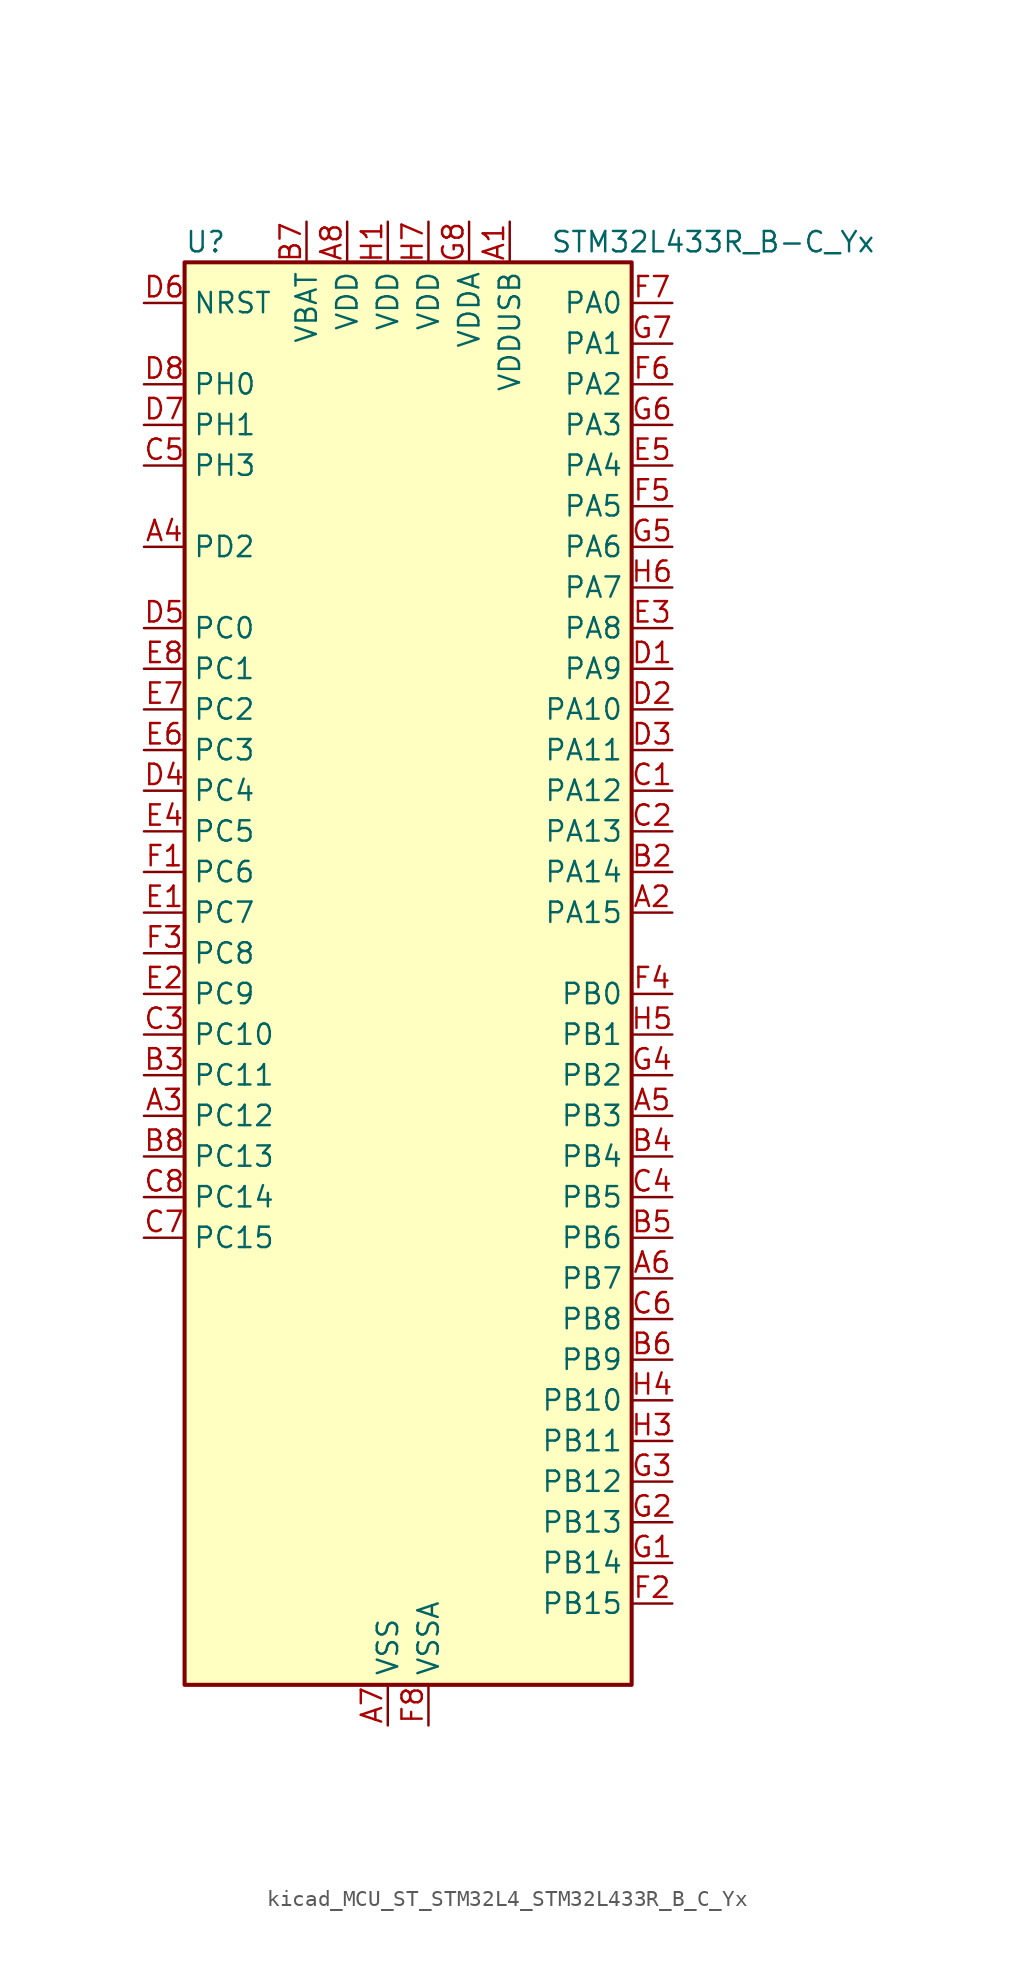
<source format=kicad_sym>
(kicad_symbol_lib
  (version 20220914)
  (generator kicad_symbol_editor)
  (symbol "kicad_MCU_ST_STM32L4_STM32L433R_B_C_Yx"
    (property "Reference" "U"
      (at -12.7 46.99 0)
      (effects (font (size 1.27 1.27)) (justify left)))
    (property "Value" "STM32L433R_B-C_Yx"
      (at 10.16 46.99 0)
      (effects (font (size 1.27 1.27)) (justify left)))
    (property "ki_locked" ""
      (at 0 0 0)
      (effects (font (size 1.27 1.27))))
    (symbol "kicad_MCU_ST_STM32L4_STM32L433R_B_C_Yx_0_1"
      (rectangle (start -12.7 -43.18) (end 15.24 45.72) (stroke (width 0.254) (type default)) (fill (type background))))
    (symbol "kicad_MCU_ST_STM32L4_STM32L433R_B_C_Yx_1_1"
      (pin power_in line (at 7.62 48.26 270) (length 2.54) (name "VDDUSB" (effects (font (size 1.27 1.27)))) (number "A1" (effects (font (size 1.27 1.27)))))
      (pin bidirectional line (at 17.78 5.08 180) (length 2.54) (name "PA15" (effects (font (size 1.27 1.27)))) (number "A2" (effects (font (size 1.27 1.27)))) (alternate "ADC1_EXTI15" bidirectional line) (alternate "LCD_SEG17" bidirectional line) (alternate "SPI1_NSS" bidirectional line) (alternate "SPI3_NSS" bidirectional line) (alternate "SWPMI1_SUSPEND" bidirectional line) (alternate "SYS_JTDI" bidirectional line) (alternate "TIM2_CH1" bidirectional line) (alternate "TIM2_ETR" bidirectional line) (alternate "TSC_G3_IO1" bidirectional line) (alternate "USART2_RX" bidirectional line) (alternate "USART3_DE" bidirectional line) (alternate "USART3_RTS" bidirectional line))
      (pin bidirectional line (at -15.24 -7.62 0) (length 2.54) (name "PC12" (effects (font (size 1.27 1.27)))) (number "A3" (effects (font (size 1.27 1.27)))) (alternate "LCD_COM6" bidirectional line) (alternate "LCD_SEG30" bidirectional line) (alternate "LCD_SEG42" bidirectional line) (alternate "SDMMC1_CK" bidirectional line) (alternate "SPI3_MOSI" bidirectional line) (alternate "TSC_G3_IO4" bidirectional line) (alternate "USART3_CK" bidirectional line))
      (pin bidirectional line (at -15.24 27.94 0) (length 2.54) (name "PD2" (effects (font (size 1.27 1.27)))) (number "A4" (effects (font (size 1.27 1.27)))) (alternate "LCD_COM7" bidirectional line) (alternate "LCD_SEG31" bidirectional line) (alternate "LCD_SEG43" bidirectional line) (alternate "SDMMC1_CMD" bidirectional line) (alternate "TSC_SYNC" bidirectional line) (alternate "USART3_DE" bidirectional line) (alternate "USART3_RTS" bidirectional line))
      (pin bidirectional line (at 17.78 -7.62 180) (length 2.54) (name "PB3" (effects (font (size 1.27 1.27)))) (number "A5" (effects (font (size 1.27 1.27)))) (alternate "COMP2_INM" bidirectional line) (alternate "LCD_SEG7" bidirectional line) (alternate "SAI1_SCK_B" bidirectional line) (alternate "SPI1_SCK" bidirectional line) (alternate "SPI3_SCK" bidirectional line) (alternate "SYS_JTDO-SWO" bidirectional line) (alternate "TIM2_CH2" bidirectional line) (alternate "USART1_DE" bidirectional line) (alternate "USART1_RTS" bidirectional line))
      (pin bidirectional line (at 17.78 -17.78 180) (length 2.54) (name "PB7" (effects (font (size 1.27 1.27)))) (number "A6" (effects (font (size 1.27 1.27)))) (alternate "COMP2_INM" bidirectional line) (alternate "I2C1_SDA" bidirectional line) (alternate "LCD_SEG21" bidirectional line) (alternate "LPTIM1_IN2" bidirectional line) (alternate "SYS_PVD_IN" bidirectional line) (alternate "TSC_G2_IO4" bidirectional line) (alternate "USART1_RX" bidirectional line))
      (pin power_in line (at 0 -45.72 90) (length 2.54) (name "VSS" (effects (font (size 1.27 1.27)))) (number "A7" (effects (font (size 1.27 1.27)))))
      (pin power_in line (at -2.54 48.26 270) (length 2.54) (name "VDD" (effects (font (size 1.27 1.27)))) (number "A8" (effects (font (size 1.27 1.27)))))
      (pin passive line (at 0 -45.72 90) (length 2.54) hide (name "VSS" (effects (font (size 1.27 1.27)))) (number "B1" (effects (font (size 1.27 1.27)))))
      (pin bidirectional line (at 17.78 7.62 180) (length 2.54) (name "PA14" (effects (font (size 1.27 1.27)))) (number "B2" (effects (font (size 1.27 1.27)))) (alternate "I2C1_SMBA" bidirectional line) (alternate "LPTIM1_OUT" bidirectional line) (alternate "SAI1_FS_B" bidirectional line) (alternate "SWPMI1_RX" bidirectional line) (alternate "SYS_JTCK-SWCLK" bidirectional line))
      (pin bidirectional line (at -15.24 -5.08 0) (length 2.54) (name "PC11" (effects (font (size 1.27 1.27)))) (number "B3" (effects (font (size 1.27 1.27)))) (alternate "ADC1_EXTI11" bidirectional line) (alternate "LCD_COM5" bidirectional line) (alternate "LCD_SEG29" bidirectional line) (alternate "LCD_SEG41" bidirectional line) (alternate "SDMMC1_D3" bidirectional line) (alternate "SPI3_MISO" bidirectional line) (alternate "TSC_G3_IO3" bidirectional line) (alternate "USART3_RX" bidirectional line))
      (pin bidirectional line (at 17.78 -10.16 180) (length 2.54) (name "PB4" (effects (font (size 1.27 1.27)))) (number "B4" (effects (font (size 1.27 1.27)))) (alternate "COMP2_INP" bidirectional line) (alternate "I2C3_SDA" bidirectional line) (alternate "LCD_SEG8" bidirectional line) (alternate "SAI1_MCLK_B" bidirectional line) (alternate "SPI1_MISO" bidirectional line) (alternate "SPI3_MISO" bidirectional line) (alternate "SYS_JTRST" bidirectional line) (alternate "TSC_G2_IO1" bidirectional line) (alternate "USART1_CTS" bidirectional line))
      (pin bidirectional line (at 17.78 -15.24 180) (length 2.54) (name "PB6" (effects (font (size 1.27 1.27)))) (number "B5" (effects (font (size 1.27 1.27)))) (alternate "COMP2_INP" bidirectional line) (alternate "I2C1_SCL" bidirectional line) (alternate "LPTIM1_ETR" bidirectional line) (alternate "SAI1_FS_B" bidirectional line) (alternate "TIM16_CH1N" bidirectional line) (alternate "TSC_G2_IO3" bidirectional line) (alternate "USART1_TX" bidirectional line))
      (pin bidirectional line (at 17.78 -22.86 180) (length 2.54) (name "PB9" (effects (font (size 1.27 1.27)))) (number "B6" (effects (font (size 1.27 1.27)))) (alternate "CAN1_TX" bidirectional line) (alternate "DAC1_EXTI9" bidirectional line) (alternate "I2C1_SDA" bidirectional line) (alternate "IR_OUT" bidirectional line) (alternate "LCD_COM3" bidirectional line) (alternate "SAI1_FS_A" bidirectional line) (alternate "SDMMC1_D5" bidirectional line) (alternate "SPI2_NSS" bidirectional line))
      (pin power_in line (at -5.08 48.26 270) (length 2.54) (name "VBAT" (effects (font (size 1.27 1.27)))) (number "B7" (effects (font (size 1.27 1.27)))))
      (pin bidirectional line (at -15.24 -10.16 0) (length 2.54) (name "PC13" (effects (font (size 1.27 1.27)))) (number "B8" (effects (font (size 1.27 1.27)))) (alternate "RTC_OUT_ALARM" bidirectional line) (alternate "RTC_OUT_CALIB" bidirectional line) (alternate "RTC_TAMP1" bidirectional line) (alternate "RTC_TS" bidirectional line) (alternate "SYS_WKUP2" bidirectional line))
      (pin bidirectional line (at 17.78 12.7 180) (length 2.54) (name "PA12" (effects (font (size 1.27 1.27)))) (number "C1" (effects (font (size 1.27 1.27)))) (alternate "CAN1_TX" bidirectional line) (alternate "SPI1_MOSI" bidirectional line) (alternate "TIM1_ETR" bidirectional line) (alternate "USART1_DE" bidirectional line) (alternate "USART1_RTS" bidirectional line) (alternate "USB_DP" bidirectional line))
      (pin bidirectional line (at 17.78 10.16 180) (length 2.54) (name "PA13" (effects (font (size 1.27 1.27)))) (number "C2" (effects (font (size 1.27 1.27)))) (alternate "IR_OUT" bidirectional line) (alternate "SAI1_SD_B" bidirectional line) (alternate "SWPMI1_TX" bidirectional line) (alternate "SYS_JTMS-SWDIO" bidirectional line) (alternate "USB_NOE" bidirectional line))
      (pin bidirectional line (at -15.24 -2.54 0) (length 2.54) (name "PC10" (effects (font (size 1.27 1.27)))) (number "C3" (effects (font (size 1.27 1.27)))) (alternate "LCD_COM4" bidirectional line) (alternate "LCD_SEG28" bidirectional line) (alternate "LCD_SEG40" bidirectional line) (alternate "SDMMC1_D2" bidirectional line) (alternate "SPI3_SCK" bidirectional line) (alternate "TSC_G3_IO2" bidirectional line) (alternate "USART3_TX" bidirectional line))
      (pin bidirectional line (at 17.78 -12.7 180) (length 2.54) (name "PB5" (effects (font (size 1.27 1.27)))) (number "C4" (effects (font (size 1.27 1.27)))) (alternate "COMP2_OUT" bidirectional line) (alternate "I2C1_SMBA" bidirectional line) (alternate "LCD_SEG9" bidirectional line) (alternate "LPTIM1_IN1" bidirectional line) (alternate "SAI1_SD_B" bidirectional line) (alternate "SPI1_MOSI" bidirectional line) (alternate "SPI3_MOSI" bidirectional line) (alternate "TIM16_BKIN" bidirectional line) (alternate "TSC_G2_IO2" bidirectional line) (alternate "USART1_CK" bidirectional line))
      (pin bidirectional line (at -15.24 33.02 0) (length 2.54) (name "PH3" (effects (font (size 1.27 1.27)))) (number "C5" (effects (font (size 1.27 1.27)))))
      (pin bidirectional line (at 17.78 -20.32 180) (length 2.54) (name "PB8" (effects (font (size 1.27 1.27)))) (number "C6" (effects (font (size 1.27 1.27)))) (alternate "CAN1_RX" bidirectional line) (alternate "I2C1_SCL" bidirectional line) (alternate "LCD_SEG16" bidirectional line) (alternate "SAI1_MCLK_A" bidirectional line) (alternate "SDMMC1_D4" bidirectional line) (alternate "TIM16_CH1" bidirectional line))
      (pin bidirectional line (at -15.24 -15.24 0) (length 2.54) (name "PC15" (effects (font (size 1.27 1.27)))) (number "C7" (effects (font (size 1.27 1.27)))) (alternate "ADC1_EXTI15" bidirectional line) (alternate "RCC_OSC32_OUT" bidirectional line))
      (pin bidirectional line (at -15.24 -12.7 0) (length 2.54) (name "PC14" (effects (font (size 1.27 1.27)))) (number "C8" (effects (font (size 1.27 1.27)))) (alternate "RCC_OSC32_IN" bidirectional line))
      (pin bidirectional line (at 17.78 20.32 180) (length 2.54) (name "PA9" (effects (font (size 1.27 1.27)))) (number "D1" (effects (font (size 1.27 1.27)))) (alternate "DAC1_EXTI9" bidirectional line) (alternate "I2C1_SCL" bidirectional line) (alternate "LCD_COM1" bidirectional line) (alternate "SAI1_FS_A" bidirectional line) (alternate "TIM15_BKIN" bidirectional line) (alternate "TIM1_CH2" bidirectional line) (alternate "USART1_TX" bidirectional line))
      (pin bidirectional line (at 17.78 17.78 180) (length 2.54) (name "PA10" (effects (font (size 1.27 1.27)))) (number "D2" (effects (font (size 1.27 1.27)))) (alternate "CRS_SYNC" bidirectional line) (alternate "I2C1_SDA" bidirectional line) (alternate "LCD_COM2" bidirectional line) (alternate "SAI1_SD_A" bidirectional line) (alternate "TIM1_CH3" bidirectional line) (alternate "USART1_RX" bidirectional line))
      (pin bidirectional line (at 17.78 15.24 180) (length 2.54) (name "PA11" (effects (font (size 1.27 1.27)))) (number "D3" (effects (font (size 1.27 1.27)))) (alternate "ADC1_EXTI11" bidirectional line) (alternate "CAN1_RX" bidirectional line) (alternate "COMP1_OUT" bidirectional line) (alternate "SPI1_MISO" bidirectional line) (alternate "TIM1_BKIN2" bidirectional line) (alternate "TIM1_BKIN2_COMP1" bidirectional line) (alternate "TIM1_CH4" bidirectional line) (alternate "USART1_CTS" bidirectional line) (alternate "USB_DM" bidirectional line))
      (pin bidirectional line (at -15.24 12.7 0) (length 2.54) (name "PC4" (effects (font (size 1.27 1.27)))) (number "D4" (effects (font (size 1.27 1.27)))) (alternate "ADC1_IN13" bidirectional line) (alternate "COMP1_INM" bidirectional line) (alternate "LCD_SEG22" bidirectional line) (alternate "USART3_TX" bidirectional line))
      (pin bidirectional line (at -15.24 22.86 0) (length 2.54) (name "PC0" (effects (font (size 1.27 1.27)))) (number "D5" (effects (font (size 1.27 1.27)))) (alternate "ADC1_IN1" bidirectional line) (alternate "I2C3_SCL" bidirectional line) (alternate "LCD_SEG18" bidirectional line) (alternate "LPTIM1_IN1" bidirectional line) (alternate "LPTIM2_IN1" bidirectional line) (alternate "LPUART1_RX" bidirectional line))
      (pin input line (at -15.24 43.18 0) (length 2.54) (name "NRST" (effects (font (size 1.27 1.27)))) (number "D6" (effects (font (size 1.27 1.27)))))
      (pin bidirectional line (at -15.24 35.56 0) (length 2.54) (name "PH1" (effects (font (size 1.27 1.27)))) (number "D7" (effects (font (size 1.27 1.27)))) (alternate "RCC_OSC_OUT" bidirectional line))
      (pin bidirectional line (at -15.24 38.1 0) (length 2.54) (name "PH0" (effects (font (size 1.27 1.27)))) (number "D8" (effects (font (size 1.27 1.27)))) (alternate "RCC_OSC_IN" bidirectional line))
      (pin bidirectional line (at -15.24 5.08 0) (length 2.54) (name "PC7" (effects (font (size 1.27 1.27)))) (number "E1" (effects (font (size 1.27 1.27)))) (alternate "LCD_SEG25" bidirectional line) (alternate "SDMMC1_D7" bidirectional line) (alternate "TSC_G4_IO2" bidirectional line))
      (pin bidirectional line (at -15.24 0 0) (length 2.54) (name "PC9" (effects (font (size 1.27 1.27)))) (number "E2" (effects (font (size 1.27 1.27)))) (alternate "DAC1_EXTI9" bidirectional line) (alternate "LCD_SEG27" bidirectional line) (alternate "SDMMC1_D1" bidirectional line) (alternate "TSC_G4_IO4" bidirectional line) (alternate "USB_NOE" bidirectional line))
      (pin bidirectional line (at 17.78 22.86 180) (length 2.54) (name "PA8" (effects (font (size 1.27 1.27)))) (number "E3" (effects (font (size 1.27 1.27)))) (alternate "LCD_COM0" bidirectional line) (alternate "LPTIM2_OUT" bidirectional line) (alternate "RCC_MCO" bidirectional line) (alternate "SAI1_SCK_A" bidirectional line) (alternate "SWPMI1_IO" bidirectional line) (alternate "TIM1_CH1" bidirectional line) (alternate "USART1_CK" bidirectional line))
      (pin bidirectional line (at -15.24 10.16 0) (length 2.54) (name "PC5" (effects (font (size 1.27 1.27)))) (number "E4" (effects (font (size 1.27 1.27)))) (alternate "ADC1_IN14" bidirectional line) (alternate "COMP1_INP" bidirectional line) (alternate "LCD_SEG23" bidirectional line) (alternate "SYS_WKUP5" bidirectional line) (alternate "USART3_RX" bidirectional line))
      (pin bidirectional line (at 17.78 33.02 180) (length 2.54) (name "PA4" (effects (font (size 1.27 1.27)))) (number "E5" (effects (font (size 1.27 1.27)))) (alternate "ADC1_IN9" bidirectional line) (alternate "COMP1_INM" bidirectional line) (alternate "COMP2_INM" bidirectional line) (alternate "DAC1_OUT1" bidirectional line) (alternate "LPTIM2_OUT" bidirectional line) (alternate "SAI1_FS_B" bidirectional line) (alternate "SPI1_NSS" bidirectional line) (alternate "SPI3_NSS" bidirectional line) (alternate "USART2_CK" bidirectional line))
      (pin bidirectional line (at -15.24 15.24 0) (length 2.54) (name "PC3" (effects (font (size 1.27 1.27)))) (number "E6" (effects (font (size 1.27 1.27)))) (alternate "ADC1_IN4" bidirectional line) (alternate "LCD_VLCD" bidirectional line) (alternate "LPTIM1_ETR" bidirectional line) (alternate "LPTIM2_ETR" bidirectional line) (alternate "SAI1_SD_A" bidirectional line) (alternate "SPI2_MOSI" bidirectional line))
      (pin bidirectional line (at -15.24 17.78 0) (length 2.54) (name "PC2" (effects (font (size 1.27 1.27)))) (number "E7" (effects (font (size 1.27 1.27)))) (alternate "ADC1_IN3" bidirectional line) (alternate "LCD_SEG20" bidirectional line) (alternate "LPTIM1_IN2" bidirectional line) (alternate "SPI2_MISO" bidirectional line))
      (pin bidirectional line (at -15.24 20.32 0) (length 2.54) (name "PC1" (effects (font (size 1.27 1.27)))) (number "E8" (effects (font (size 1.27 1.27)))) (alternate "ADC1_IN2" bidirectional line) (alternate "I2C3_SDA" bidirectional line) (alternate "LCD_SEG19" bidirectional line) (alternate "LPTIM1_OUT" bidirectional line) (alternate "LPUART1_TX" bidirectional line))
      (pin bidirectional line (at -15.24 7.62 0) (length 2.54) (name "PC6" (effects (font (size 1.27 1.27)))) (number "F1" (effects (font (size 1.27 1.27)))) (alternate "LCD_SEG24" bidirectional line) (alternate "SDMMC1_D6" bidirectional line) (alternate "TSC_G4_IO1" bidirectional line))
      (pin bidirectional line (at 17.78 -38.1 180) (length 2.54) (name "PB15" (effects (font (size 1.27 1.27)))) (number "F2" (effects (font (size 1.27 1.27)))) (alternate "ADC1_EXTI15" bidirectional line) (alternate "LCD_SEG15" bidirectional line) (alternate "RTC_REFIN" bidirectional line) (alternate "SAI1_SD_A" bidirectional line) (alternate "SPI2_MOSI" bidirectional line) (alternate "SWPMI1_SUSPEND" bidirectional line) (alternate "TIM15_CH2" bidirectional line) (alternate "TIM1_CH3N" bidirectional line) (alternate "TSC_G1_IO4" bidirectional line))
      (pin bidirectional line (at -15.24 2.54 0) (length 2.54) (name "PC8" (effects (font (size 1.27 1.27)))) (number "F3" (effects (font (size 1.27 1.27)))) (alternate "LCD_SEG26" bidirectional line) (alternate "SDMMC1_D0" bidirectional line) (alternate "TSC_G4_IO3" bidirectional line))
      (pin bidirectional line (at 17.78 0 180) (length 2.54) (name "PB0" (effects (font (size 1.27 1.27)))) (number "F4" (effects (font (size 1.27 1.27)))) (alternate "ADC1_IN15" bidirectional line) (alternate "COMP1_OUT" bidirectional line) (alternate "LCD_SEG5" bidirectional line) (alternate "QUADSPI_BK1_IO1" bidirectional line) (alternate "SAI1_EXTCLK" bidirectional line) (alternate "SPI1_NSS" bidirectional line) (alternate "TIM1_CH2N" bidirectional line) (alternate "USART3_CK" bidirectional line))
      (pin bidirectional line (at 17.78 30.48 180) (length 2.54) (name "PA5" (effects (font (size 1.27 1.27)))) (number "F5" (effects (font (size 1.27 1.27)))) (alternate "ADC1_IN10" bidirectional line) (alternate "COMP1_INM" bidirectional line) (alternate "COMP2_INM" bidirectional line) (alternate "DAC1_OUT2" bidirectional line) (alternate "LPTIM2_ETR" bidirectional line) (alternate "SPI1_SCK" bidirectional line) (alternate "TIM2_CH1" bidirectional line) (alternate "TIM2_ETR" bidirectional line))
      (pin bidirectional line (at 17.78 38.1 180) (length 2.54) (name "PA2" (effects (font (size 1.27 1.27)))) (number "F6" (effects (font (size 1.27 1.27)))) (alternate "ADC1_IN7" bidirectional line) (alternate "COMP2_INM" bidirectional line) (alternate "COMP2_OUT" bidirectional line) (alternate "LCD_SEG1" bidirectional line) (alternate "LPUART1_TX" bidirectional line) (alternate "QUADSPI_BK1_NCS" bidirectional line) (alternate "RCC_LSCO" bidirectional line) (alternate "SYS_WKUP4" bidirectional line) (alternate "TIM15_CH1" bidirectional line) (alternate "TIM2_CH3" bidirectional line) (alternate "USART2_TX" bidirectional line))
      (pin bidirectional line (at 17.78 43.18 180) (length 2.54) (name "PA0" (effects (font (size 1.27 1.27)))) (number "F7" (effects (font (size 1.27 1.27)))) (alternate "ADC1_IN5" bidirectional line) (alternate "COMP1_INM" bidirectional line) (alternate "COMP1_OUT" bidirectional line) (alternate "OPAMP1_VINP" bidirectional line) (alternate "RTC_TAMP2" bidirectional line) (alternate "SAI1_EXTCLK" bidirectional line) (alternate "SYS_WKUP1" bidirectional line) (alternate "TIM2_CH1" bidirectional line) (alternate "TIM2_ETR" bidirectional line) (alternate "USART2_CTS" bidirectional line))
      (pin power_in line (at 2.54 -45.72 90) (length 2.54) (name "VSSA" (effects (font (size 1.27 1.27)))) (number "F8" (effects (font (size 1.27 1.27)))))
      (pin bidirectional line (at 17.78 -35.56 180) (length 2.54) (name "PB14" (effects (font (size 1.27 1.27)))) (number "G1" (effects (font (size 1.27 1.27)))) (alternate "I2C2_SDA" bidirectional line) (alternate "LCD_SEG14" bidirectional line) (alternate "SAI1_MCLK_A" bidirectional line) (alternate "SPI2_MISO" bidirectional line) (alternate "SWPMI1_RX" bidirectional line) (alternate "TIM15_CH1" bidirectional line) (alternate "TIM1_CH2N" bidirectional line) (alternate "TSC_G1_IO3" bidirectional line) (alternate "USART3_DE" bidirectional line) (alternate "USART3_RTS" bidirectional line))
      (pin bidirectional line (at 17.78 -33.02 180) (length 2.54) (name "PB13" (effects (font (size 1.27 1.27)))) (number "G2" (effects (font (size 1.27 1.27)))) (alternate "I2C2_SCL" bidirectional line) (alternate "LCD_SEG13" bidirectional line) (alternate "LPUART1_CTS" bidirectional line) (alternate "SAI1_SCK_A" bidirectional line) (alternate "SPI2_SCK" bidirectional line) (alternate "SWPMI1_TX" bidirectional line) (alternate "TIM15_CH1N" bidirectional line) (alternate "TIM1_CH1N" bidirectional line) (alternate "TSC_G1_IO2" bidirectional line) (alternate "USART3_CTS" bidirectional line))
      (pin bidirectional line (at 17.78 -30.48 180) (length 2.54) (name "PB12" (effects (font (size 1.27 1.27)))) (number "G3" (effects (font (size 1.27 1.27)))) (alternate "I2C2_SMBA" bidirectional line) (alternate "LCD_SEG12" bidirectional line) (alternate "LPUART1_DE" bidirectional line) (alternate "LPUART1_RTS" bidirectional line) (alternate "SAI1_FS_A" bidirectional line) (alternate "SPI2_NSS" bidirectional line) (alternate "SWPMI1_IO" bidirectional line) (alternate "TIM15_BKIN" bidirectional line) (alternate "TIM1_BKIN" bidirectional line) (alternate "TIM1_BKIN_COMP2" bidirectional line) (alternate "TSC_G1_IO1" bidirectional line) (alternate "USART3_CK" bidirectional line))
      (pin bidirectional line (at 17.78 -5.08 180) (length 2.54) (name "PB2" (effects (font (size 1.27 1.27)))) (number "G4" (effects (font (size 1.27 1.27)))) (alternate "COMP1_INP" bidirectional line) (alternate "I2C3_SMBA" bidirectional line) (alternate "LCD_VLCD" bidirectional line) (alternate "LPTIM1_OUT" bidirectional line) (alternate "RTC_OUT_ALARM" bidirectional line) (alternate "RTC_OUT_CALIB" bidirectional line))
      (pin bidirectional line (at 17.78 27.94 180) (length 2.54) (name "PA6" (effects (font (size 1.27 1.27)))) (number "G5" (effects (font (size 1.27 1.27)))) (alternate "ADC1_IN11" bidirectional line) (alternate "COMP1_OUT" bidirectional line) (alternate "LCD_SEG3" bidirectional line) (alternate "LPUART1_CTS" bidirectional line) (alternate "QUADSPI_BK1_IO3" bidirectional line) (alternate "SPI1_MISO" bidirectional line) (alternate "TIM16_CH1" bidirectional line) (alternate "TIM1_BKIN" bidirectional line) (alternate "TIM1_BKIN_COMP2" bidirectional line) (alternate "USART3_CTS" bidirectional line))
      (pin bidirectional line (at 17.78 35.56 180) (length 2.54) (name "PA3" (effects (font (size 1.27 1.27)))) (number "G6" (effects (font (size 1.27 1.27)))) (alternate "ADC1_IN8" bidirectional line) (alternate "COMP2_INP" bidirectional line) (alternate "LCD_SEG2" bidirectional line) (alternate "LPUART1_RX" bidirectional line) (alternate "OPAMP1_VOUT" bidirectional line) (alternate "QUADSPI_CLK" bidirectional line) (alternate "SAI1_MCLK_A" bidirectional line) (alternate "TIM15_CH2" bidirectional line) (alternate "TIM2_CH4" bidirectional line) (alternate "USART2_RX" bidirectional line))
      (pin bidirectional line (at 17.78 40.64 180) (length 2.54) (name "PA1" (effects (font (size 1.27 1.27)))) (number "G7" (effects (font (size 1.27 1.27)))) (alternate "ADC1_IN6" bidirectional line) (alternate "COMP1_INP" bidirectional line) (alternate "I2C1_SMBA" bidirectional line) (alternate "LCD_SEG0" bidirectional line) (alternate "OPAMP1_VINM" bidirectional line) (alternate "SPI1_SCK" bidirectional line) (alternate "TIM15_CH1N" bidirectional line) (alternate "TIM2_CH2" bidirectional line) (alternate "USART2_DE" bidirectional line) (alternate "USART2_RTS" bidirectional line))
      (pin power_in line (at 5.08 48.26 270) (length 2.54) (name "VDDA" (effects (font (size 1.27 1.27)))) (number "G8" (effects (font (size 1.27 1.27)))))
      (pin power_in line (at 0 48.26 270) (length 2.54) (name "VDD" (effects (font (size 1.27 1.27)))) (number "H1" (effects (font (size 1.27 1.27)))))
      (pin passive line (at 0 -45.72 90) (length 2.54) hide (name "VSS" (effects (font (size 1.27 1.27)))) (number "H2" (effects (font (size 1.27 1.27)))))
      (pin bidirectional line (at 17.78 -27.94 180) (length 2.54) (name "PB11" (effects (font (size 1.27 1.27)))) (number "H3" (effects (font (size 1.27 1.27)))) (alternate "ADC1_EXTI11" bidirectional line) (alternate "COMP2_OUT" bidirectional line) (alternate "I2C2_SDA" bidirectional line) (alternate "LCD_SEG11" bidirectional line) (alternate "LPUART1_TX" bidirectional line) (alternate "QUADSPI_BK1_NCS" bidirectional line) (alternate "TIM2_CH4" bidirectional line) (alternate "USART3_RX" bidirectional line))
      (pin bidirectional line (at 17.78 -25.4 180) (length 2.54) (name "PB10" (effects (font (size 1.27 1.27)))) (number "H4" (effects (font (size 1.27 1.27)))) (alternate "COMP1_OUT" bidirectional line) (alternate "I2C2_SCL" bidirectional line) (alternate "LCD_SEG10" bidirectional line) (alternate "LPUART1_RX" bidirectional line) (alternate "QUADSPI_CLK" bidirectional line) (alternate "SAI1_SCK_A" bidirectional line) (alternate "SPI2_SCK" bidirectional line) (alternate "TIM2_CH3" bidirectional line) (alternate "TSC_SYNC" bidirectional line) (alternate "USART3_TX" bidirectional line))
      (pin bidirectional line (at 17.78 -2.54 180) (length 2.54) (name "PB1" (effects (font (size 1.27 1.27)))) (number "H5" (effects (font (size 1.27 1.27)))) (alternate "ADC1_IN16" bidirectional line) (alternate "COMP1_INM" bidirectional line) (alternate "LCD_SEG6" bidirectional line) (alternate "LPTIM2_IN1" bidirectional line) (alternate "LPUART1_DE" bidirectional line) (alternate "LPUART1_RTS" bidirectional line) (alternate "QUADSPI_BK1_IO0" bidirectional line) (alternate "TIM1_CH3N" bidirectional line) (alternate "USART3_DE" bidirectional line) (alternate "USART3_RTS" bidirectional line))
      (pin bidirectional line (at 17.78 25.4 180) (length 2.54) (name "PA7" (effects (font (size 1.27 1.27)))) (number "H6" (effects (font (size 1.27 1.27)))) (alternate "ADC1_IN12" bidirectional line) (alternate "COMP2_OUT" bidirectional line) (alternate "I2C3_SCL" bidirectional line) (alternate "LCD_SEG4" bidirectional line) (alternate "QUADSPI_BK1_IO2" bidirectional line) (alternate "SPI1_MOSI" bidirectional line) (alternate "TIM1_CH1N" bidirectional line))
      (pin power_in line (at 2.54 48.26 270) (length 2.54) (name "VDD" (effects (font (size 1.27 1.27)))) (number "H7" (effects (font (size 1.27 1.27)))))
      (pin passive line (at 0 -45.72 90) (length 2.54) hide (name "VSS" (effects (font (size 1.27 1.27)))) (number "H8" (effects (font (size 1.27 1.27))))))))
</source>
